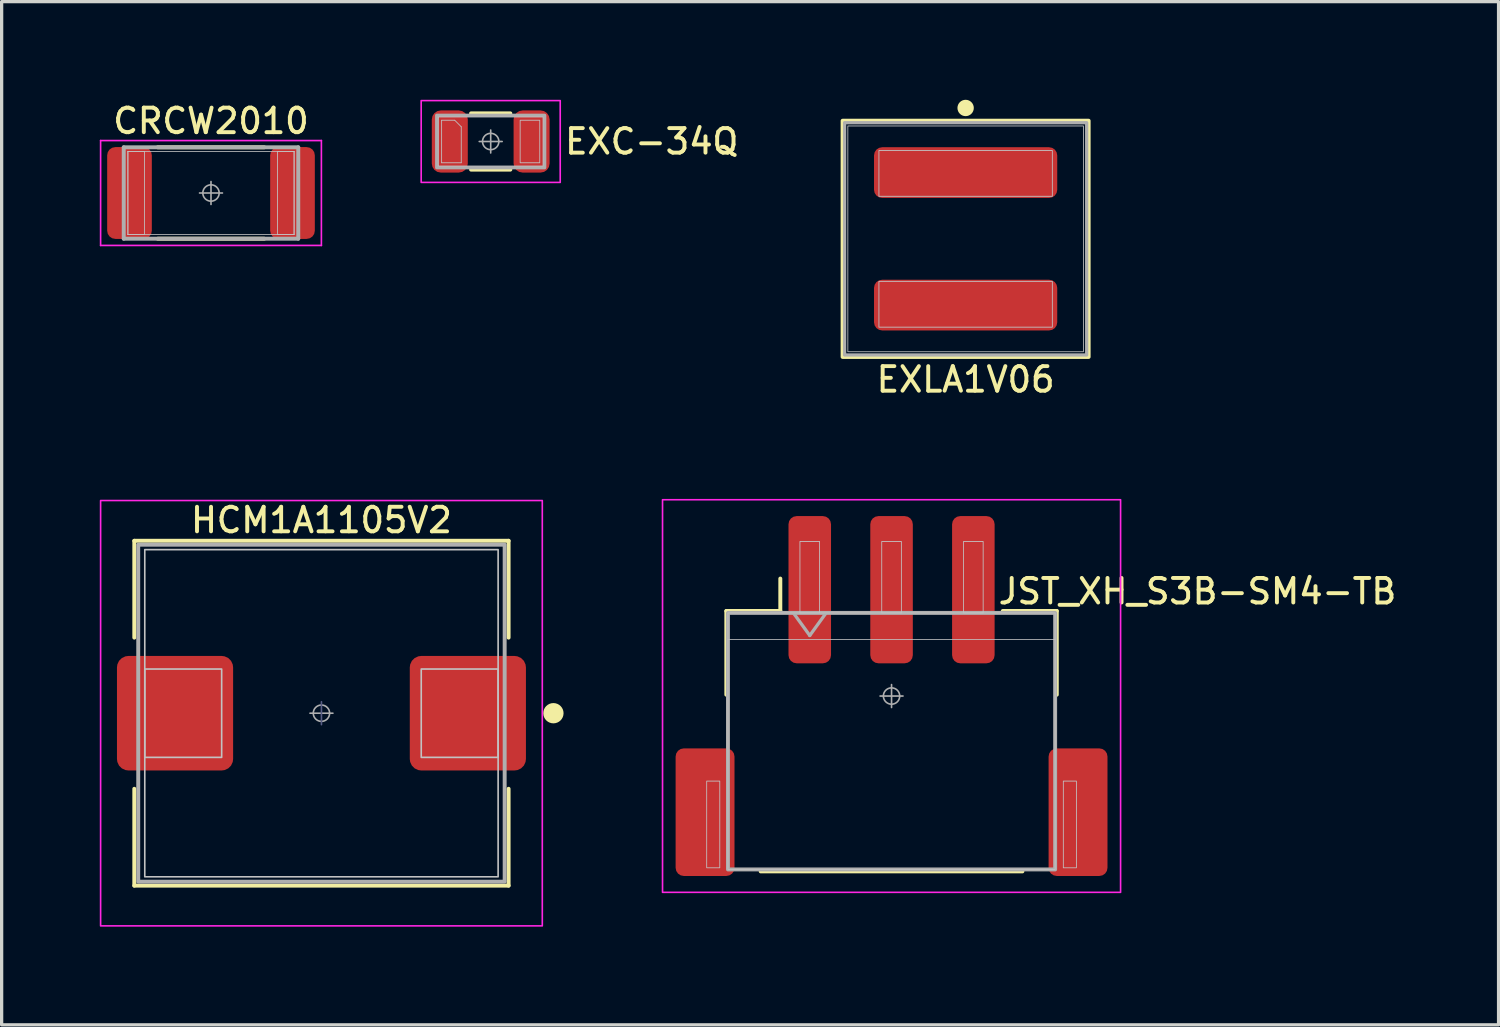
<source format=kicad_pcb>
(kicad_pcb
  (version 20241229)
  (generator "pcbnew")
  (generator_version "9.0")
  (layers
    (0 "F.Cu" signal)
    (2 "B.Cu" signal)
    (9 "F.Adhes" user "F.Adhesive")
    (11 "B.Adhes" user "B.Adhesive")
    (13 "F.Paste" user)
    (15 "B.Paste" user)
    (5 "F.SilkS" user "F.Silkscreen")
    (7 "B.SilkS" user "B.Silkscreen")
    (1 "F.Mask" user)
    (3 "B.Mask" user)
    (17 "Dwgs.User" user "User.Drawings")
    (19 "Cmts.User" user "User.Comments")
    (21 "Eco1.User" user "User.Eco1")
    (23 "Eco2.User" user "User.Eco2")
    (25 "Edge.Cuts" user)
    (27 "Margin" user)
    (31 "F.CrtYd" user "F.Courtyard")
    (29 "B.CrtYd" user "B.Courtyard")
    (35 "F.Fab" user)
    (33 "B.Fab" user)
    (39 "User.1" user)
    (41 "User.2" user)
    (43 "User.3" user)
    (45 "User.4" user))
  (footprint "EXC-34Q"
    (layer "F.Cu")
    (at 11.948 1.275)
    (property "Reference" "EXC-34Q" (at 2.2 0 0) (unlocked yes) (layer "F.SilkS") (effects (font (size 0.75 0.75) (thickness 0.12)) (justify left)))
    (attr smd)
    (fp_line (start -0.6 -0.86) (end 0.6 -0.86) (stroke (width 0.12) (type default)) (layer "F.SilkS"))
    (fp_line (start -0.6 0.86) (end 0.6 0.86) (stroke (width 0.12) (type default)) (layer "F.SilkS"))
    (fp_line (start -1.5 -0.65) (end -1.5 0.65) (stroke (width 0.025) (type default)) (layer "Dwgs.User"))
    (fp_line (start -1.5 -0.65) (end -1.1 -0.65) (stroke (width 0.025) (type default)) (layer "Dwgs.User"))
    (fp_line (start -1.5 0.65) (end -0.9 0.65) (stroke (width 0.025) (type default)) (layer "Dwgs.User"))
    (fp_line (start -0.9 -0.45) (end -1.1 -0.65) (stroke (width 0.025) (type default)) (layer "Dwgs.User"))
    (fp_line (start -0.9 0.65) (end -0.9 -0.45) (stroke (width 0.025) (type default)) (layer "Dwgs.User"))
    (fp_rect (start -1.6 -0.75) (end 1.6 0.75) (stroke (width 0.025) (type default)) (fill no) (layer "Dwgs.User"))
    (fp_rect (start 0.9 -0.65) (end 1.5 0.65) (stroke (width 0.025) (type default)) (fill no) (layer "Dwgs.User"))
    (fp_rect (start -2.125 -1.25) (end 2.125 1.25) (stroke (width 0.05) (type default)) (fill no) (layer "F.CrtYd"))
    (fp_line (start 0 -0.35) (end 0 0.35) (stroke (width 0.05) (type solid)) (layer "F.Fab"))
    (fp_line (start 0.35 0) (end -0.35 0) (stroke (width 0.05) (type solid)) (layer "F.Fab"))
    (fp_rect (start -1.65 -0.8) (end 1.65 0.8) (stroke (width 0.1) (type default)) (fill no) (layer "F.Fab"))
    (fp_circle (center 0 0) (end 0.25 0) (stroke (width 0.05) (type solid)) (fill no) (layer "F.Fab"))
    (pad "1" smd roundrect (at -1.25 0 90) (size 1.9 1.1) (layers "F.Cu" "F.Mask" "F.Paste") (roundrect_rratio 0.251))
    (pad "2" smd roundrect (at 1.25 0 90) (size 1.9 1.1) (layers "F.Cu" "F.Mask" "F.Paste") (roundrect_rratio 0.251)))
  (footprint "JST_XH_S3B-SM4-TB"
    (layer "F.Cu")
    (at 24.2 18.224)
    (property "Reference" "JST_XH_S3B-SM4-TB" (at 3.2 -3.2 0) (unlocked yes) (layer "F.SilkS") (effects (font (size 0.75 0.75) (thickness 0.12)) (justify left)))
    (attr smd)
    (fp_line (start -5.05 -2.6) (end -3.4 -2.6) (stroke (width 0.12) (type solid)) (layer "F.SilkS"))
    (fp_line (start -5.05 -0.04) (end -5.05 -2.6) (stroke (width 0.12) (type solid)) (layer "F.SilkS"))
    (fp_line (start -4 5.36) (end 4 5.36) (stroke (width 0.12) (type solid)) (layer "F.SilkS"))
    (fp_line (start -3.4 -2.6) (end -3.4 -3.59) (stroke (width 0.12) (type solid)) (layer "F.SilkS"))
    (fp_line (start 5.05 -2.6) (end 3.4 -2.6) (stroke (width 0.12) (type solid)) (layer "F.SilkS"))
    (fp_line (start 5.05 -0.04) (end 5.05 -2.6) (stroke (width 0.12) (type solid)) (layer "F.SilkS"))
    (fp_line (start -5 -1.725) (end 5 -1.725) (stroke (width 0.025) (type default)) (layer "Dwgs.User"))
    (fp_rect (start -5.65 2.6) (end -5.25 5.25) (stroke (width 0.025) (type default)) (fill no) (layer "Dwgs.User"))
    (fp_rect (start -5 -2.54) (end 5 5.3) (stroke (width 0.025) (type default)) (fill no) (layer "Dwgs.User"))
    (fp_rect (start -2.8 -4.725) (end -2.2 -2.54) (stroke (width 0.025) (type default)) (fill no) (layer "Dwgs.User"))
    (fp_rect (start -0.3 -4.725) (end 0.3 -2.54) (stroke (width 0.025) (type default)) (fill no) (layer "Dwgs.User"))
    (fp_rect (start 2.2 -4.725) (end 2.8 -2.54) (stroke (width 0.025) (type default)) (fill no) (layer "Dwgs.User"))
    (fp_rect (start 5.25 2.6) (end 5.65 5.25) (stroke (width 0.025) (type default)) (fill no) (layer "Dwgs.User"))
    (fp_rect (start -7 -6) (end 7 6) (stroke (width 0.05) (type default)) (fill no) (layer "F.CrtYd"))
    (fp_line (start -3 -2.54) (end -2.5 -1.85) (stroke (width 0.1) (type solid)) (layer "F.Fab"))
    (fp_line (start -2.5 -1.85) (end -2 -2.54) (stroke (width 0.1) (type solid)) (layer "F.Fab"))
    (fp_line (start -0.35 0) (end 0.35 0) (stroke (width 0.05) (type solid)) (layer "F.Fab"))
    (fp_line (start 0 -0.35) (end 0 0.35) (stroke (width 0.05) (type solid)) (layer "F.Fab"))
    (fp_rect (start -5 -2.54) (end 5 5.3) (stroke (width 0.12) (type default)) (fill no) (layer "F.Fab"))
    (fp_circle (center 0 0) (end 0.25 0) (stroke (width 0.05) (type solid)) (fill no) (layer "F.Fab"))
    (pad "1" smd roundrect (at -2.5 -3.25) (size 1.3 4.5) (layers "F.Cu" "F.Mask" "F.Paste") (roundrect_rratio 0.192))
    (pad "2" smd roundrect (at 0 -3.25) (size 1.3 4.5) (layers "F.Cu" "F.Mask" "F.Paste") (roundrect_rratio 0.192))
    (pad "3" smd roundrect (at 2.5 -3.25) (size 1.3 4.5) (layers "F.Cu" "F.Mask" "F.Paste") (roundrect_rratio 0.192))
    (pad "MP1" smd roundrect (at -5.7 3.55) (size 1.8 3.9) (layers "F.Cu" "F.Mask" "F.Paste") (roundrect_rratio 0.139))
    (pad "MP2" smd roundrect (at 5.7 3.55) (size 1.8 3.9) (layers "F.Cu" "F.Mask" "F.Paste") (roundrect_rratio 0.139)))
  (footprint "EXLA1V06"
    (layer "F.Cu")
    (at 26.464 4.25)
    (property "Reference" "EXLA1V06" (at 0 4.3 0) (unlocked yes) (layer "F.SilkS") (effects (font (size 0.75 0.75) (thickness 0.12))))
    (attr smd)
    (fp_rect (start -3.76 -3.61) (end 3.76 3.61) (stroke (width 0.12) (type default)) (fill no) (layer "F.SilkS"))
    (fp_circle (center 0 -4) (end 0.2 -4) (stroke (width 0.1) (type solid)) (fill yes) (layer "F.SilkS"))
    (fp_rect (start -3.6 -3.45) (end 3.6 3.45) (stroke (width 0.025) (type default)) (fill no) (layer "Dwgs.User"))
    (fp_rect (start -2.65 -1.3) (end 2.65 -2.7) (stroke (width 0.025) (type default)) (fill no) (layer "Dwgs.User"))
    (fp_rect (start -2.65 1.3) (end 2.65 2.7) (stroke (width 0.025) (type default)) (fill no) (layer "Dwgs.User"))
    (fp_rect (start -3.7 -3.55) (end 3.7 3.55) (stroke (width 0.1) (type default)) (fill no) (layer "F.Fab"))
    (pad "1" smd roundrect (at 0 -2.025) (size 5.6 1.55) (layers "F.Cu" "F.Mask" "F.Paste") (roundrect_rratio 0.161))
    (pad "2" smd roundrect (at 0 2.025) (size 5.6 1.55) (layers "F.Cu" "F.Mask" "F.Paste") (roundrect_rratio 0.161)))
  (footprint "CRCW2010"
    (layer "F.Cu")
    (at 3.399 2.849)
    (property "Reference" "CRCW2010" (at 0 -2.2 0) (layer "F.SilkS") (effects (font (size 0.75 0.75) (thickness 0.12))))
    (attr smd)
    (fp_line (start -1.628 -1.397) (end 1.628 -1.397) (stroke (width 0.12) (type solid)) (layer "F.SilkS"))
    (fp_line (start -1.628 1.397) (end 1.628 1.397) (stroke (width 0.12) (type solid)) (layer "F.SilkS"))
    (fp_line (start -2.54 -1.27) (end -2.032 -1.27) (stroke (width 0.025) (type solid)) (layer "Dwgs.User"))
    (fp_line (start -2.54 -1.27) (end 2.54 -1.27) (stroke (width 0.025) (type solid)) (layer "Dwgs.User"))
    (fp_line (start -2.54 1.27) (end -2.54 -1.27) (stroke (width 0.025) (type solid)) (layer "Dwgs.User"))
    (fp_line (start -2.54 1.27) (end -2.54 -1.27) (stroke (width 0.025) (type solid)) (layer "Dwgs.User"))
    (fp_line (start -2.032 -1.27) (end -2.032 1.27) (stroke (width 0.025) (type solid)) (layer "Dwgs.User"))
    (fp_line (start -2.032 1.27) (end -2.54 1.27) (stroke (width 0.025) (type solid)) (layer "Dwgs.User"))
    (fp_line (start 2.032 -1.27) (end 2.54 -1.27) (stroke (width 0.025) (type solid)) (layer "Dwgs.User"))
    (fp_line (start 2.032 1.27) (end 2.032 -1.27) (stroke (width 0.025) (type solid)) (layer "Dwgs.User"))
    (fp_line (start 2.54 -1.27) (end 2.54 1.27) (stroke (width 0.025) (type solid)) (layer "Dwgs.User"))
    (fp_line (start 2.54 -1.27) (end 2.54 1.27) (stroke (width 0.025) (type solid)) (layer "Dwgs.User"))
    (fp_line (start 2.54 1.27) (end -2.54 1.27) (stroke (width 0.025) (type solid)) (layer "Dwgs.User"))
    (fp_line (start 2.54 1.27) (end 2.032 1.27) (stroke (width 0.025) (type solid)) (layer "Dwgs.User"))
    (fp_line (start -3.374 -1.603) (end 3.374 -1.603) (stroke (width 0.05) (type solid)) (layer "F.CrtYd"))
    (fp_line (start -3.374 1.603) (end -3.374 -1.603) (stroke (width 0.05) (type solid)) (layer "F.CrtYd"))
    (fp_line (start 3.374 -1.603) (end 3.374 1.603) (stroke (width 0.05) (type solid)) (layer "F.CrtYd"))
    (fp_line (start 3.374 1.603) (end -3.374 1.603) (stroke (width 0.05) (type solid)) (layer "F.CrtYd"))
    (fp_line (start -2.667 -1.397) (end 2.667 -1.397) (stroke (width 0.12) (type solid)) (layer "F.Fab"))
    (fp_line (start -2.667 1.397) (end -2.667 -1.397) (stroke (width 0.12) (type solid)) (layer "F.Fab"))
    (fp_line (start 0 -0.35) (end 0 0.35) (stroke (width 0.05) (type solid)) (layer "F.Fab"))
    (fp_line (start 0.35 0) (end -0.35 0) (stroke (width 0.05) (type solid)) (layer "F.Fab"))
    (fp_line (start 2.667 -1.397) (end 2.667 1.397) (stroke (width 0.12) (type solid)) (layer "F.Fab"))
    (fp_line (start 2.667 1.397) (end -2.667 1.397) (stroke (width 0.12) (type solid)) (layer "F.Fab"))
    (fp_circle (center 0 0) (end 0.25 0) (stroke (width 0.05) (type solid)) (fill no) (layer "F.Fab"))
    (pad "1" smd roundrect (at -2.491 0) (size 1.365 2.806) (layers "F.Cu" "F.Mask" "F.Paste") (roundrect_rratio 0.183))
    (pad "2" smd roundrect (at 2.491 0) (size 1.365 2.806) (layers "F.Cu" "F.Mask" "F.Paste") (roundrect_rratio 0.183)))
  (footprint "HCM1A1105V2"
    (layer "F.Cu")
    (at 6.775 18.749)
    (property "Reference" "HCM1A1105V2" (at 0 -5.9 0) (layer "F.SilkS") (effects (font (size 0.75 0.75) (thickness 0.12))))
    (attr smd)
    (fp_line (start -5.72 -2.31) (end -5.72 -5.27) (stroke (width 0.12) (type default)) (layer "F.SilkS"))
    (fp_line (start -5.72 5.27) (end -5.72 2.31) (stroke (width 0.12) (type default)) (layer "F.SilkS"))
    (fp_line (start -5.72 5.27) (end 5.72 5.27) (stroke (width 0.12) (type solid)) (layer "F.SilkS"))
    (fp_line (start 5.72 -5.27) (end -5.72 -5.27) (stroke (width 0.12) (type solid)) (layer "F.SilkS"))
    (fp_line (start 5.72 -5.27) (end 5.72 -2.31) (stroke (width 0.12) (type default)) (layer "F.SilkS"))
    (fp_line (start 5.72 2.31) (end 5.72 5.27) (stroke (width 0.12) (type default)) (layer "F.SilkS"))
    (fp_circle (center 7.09 0) (end 7.34 0) (stroke (width 0.12) (type solid)) (fill yes) (layer "F.SilkS"))
    (fp_rect (start -5.4 -5) (end 5.4 5) (stroke (width 0.05) (type default)) (fill no) (layer "Dwgs.User"))
    (fp_rect (start -5.4 -1.35) (end -3.05 1.35) (stroke (width 0.05) (type default)) (fill no) (layer "Dwgs.User"))
    (fp_rect (start 5.4 -1.35) (end 3.05 1.35) (stroke (width 0.05) (type default)) (fill no) (layer "Dwgs.User"))
    (fp_rect (start -6.75 -6.5) (end 6.75 6.5) (stroke (width 0.05) (type default)) (fill no) (layer "F.CrtYd"))
    (fp_line (start 0 -0.35) (end 0 0.35) (stroke (width 0.05) (type solid)) (layer "B.Fab"))
    (fp_line (start 0.35 0) (end -0.35 0) (stroke (width 0.05) (type solid)) (layer "F.Fab"))
    (fp_rect (start -5.6 -5.15) (end 5.6 5.15) (stroke (width 0.12) (type default)) (fill no) (layer "F.Fab"))
    (fp_circle (center 0 0) (end 0.25 0) (stroke (width 0.05) (type solid)) (fill no) (layer "F.Fab"))
    (pad "1" smd roundrect (at 4.475 0) (size 3.55 3.5) (layers "F.Cu" "F.Mask" "F.Paste") (roundrect_rratio 0.1))
    (pad "2" smd roundrect (at -4.475 0) (size 3.55 3.5) (layers "F.Cu" "F.Mask" "F.Paste") (roundrect_rratio 0.1)))
  (gr_rect
    (start -3 -3)
    (end 42.753 28.274)
    (stroke (width 0.1) (type default))
    (fill no)
    (layer "Edge.Cuts")))
</source>
